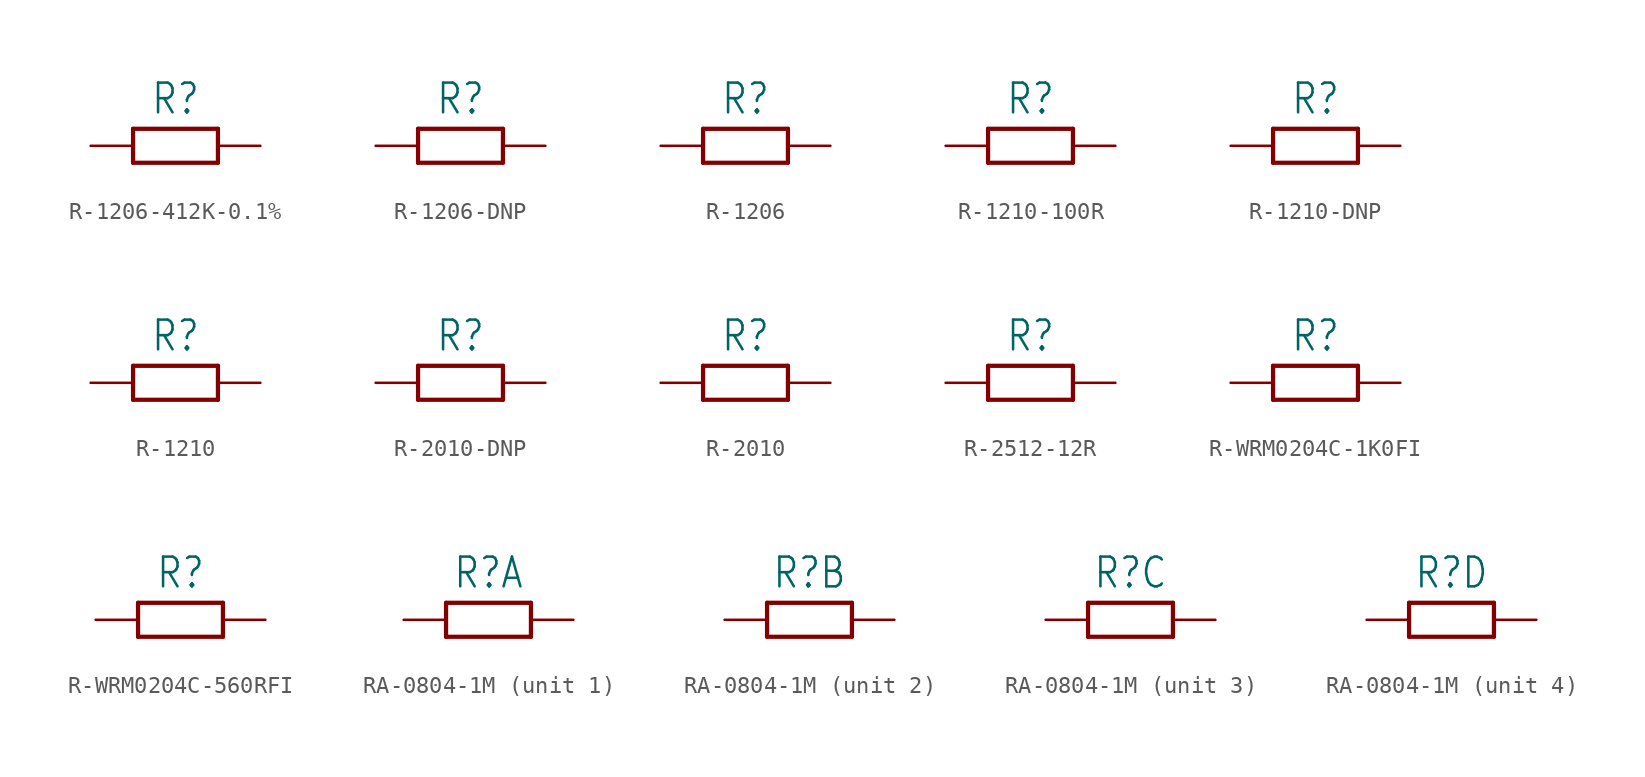
<source format=kicad_sym>
(kicad_symbol_lib
  (version 20231120)
  (generator "kicad_symbol_editor")
  (generator_version "8.0")
  (symbol "R-1206-412K-0.1%"
    (property "Reference" "R"
      (at 0 1.778 0)
      (effects (font (size 1.778 1.511)) (justify bottom)))
    (property "Value" ""
      (at 0 -1.778 0)
      (effects (font (size 1.778 1.511)) (justify top)))
    (property "ki_locked" ""
      (at 0 0 0)
      (effects (font (size 1.27 1.27))))
    (symbol "R-1206-412K-0.1%_1_0"
      (polyline (pts (xy -2.54 -1.016) (xy -2.54 1.016)) (stroke (width 0.254) (type solid)) (fill (type none)))
      (polyline (pts (xy -2.54 1.016) (xy 2.54 1.016)) (stroke (width 0.254) (type solid)) (fill (type none)))
      (polyline (pts (xy 2.54 -1.016) (xy -2.54 -1.016)) (stroke (width 0.254) (type solid)) (fill (type none)))
      (polyline (pts (xy 2.54 1.016) (xy 2.54 -1.016)) (stroke (width 0.254) (type solid)) (fill (type none)))
      (pin passive line (at -5.08 0 0) (length 2.54) (name "1" (effects (font (size 0 0)))) (number "1" (effects (font (size 0 0)))))
      (pin passive line (at 5.08 0 180) (length 2.54) (name "2" (effects (font (size 0 0)))) (number "2" (effects (font (size 0 0)))))))
  (symbol "R-1206-DNP"
    (property "Reference" "R"
      (at 0 1.778 0)
      (effects (font (size 1.778 1.511)) (justify bottom)))
    (property "Value" ""
      (at 0 -1.778 0)
      (effects (font (size 1.778 1.511)) (justify top)))
    (property "ki_locked" ""
      (at 0 0 0)
      (effects (font (size 1.27 1.27))))
    (symbol "R-1206-DNP_1_0"
      (polyline (pts (xy -2.54 -1.016) (xy -2.54 1.016)) (stroke (width 0.254) (type solid)) (fill (type none)))
      (polyline (pts (xy -2.54 1.016) (xy 2.54 1.016)) (stroke (width 0.254) (type solid)) (fill (type none)))
      (polyline (pts (xy 2.54 -1.016) (xy -2.54 -1.016)) (stroke (width 0.254) (type solid)) (fill (type none)))
      (polyline (pts (xy 2.54 1.016) (xy 2.54 -1.016)) (stroke (width 0.254) (type solid)) (fill (type none)))
      (pin passive line (at -5.08 0 0) (length 2.54) (name "1" (effects (font (size 0 0)))) (number "1" (effects (font (size 0 0)))))
      (pin passive line (at 5.08 0 180) (length 2.54) (name "2" (effects (font (size 0 0)))) (number "2" (effects (font (size 0 0)))))))
  (symbol "R-1206"
    (property "Reference" "R"
      (at 0 1.778 0)
      (effects (font (size 1.778 1.511)) (justify bottom)))
    (property "Value" ""
      (at 0 -1.778 0)
      (effects (font (size 1.778 1.511)) (justify top)))
    (property "ki_locked" ""
      (at 0 0 0)
      (effects (font (size 1.27 1.27))))
    (symbol "R-1206_1_0"
      (polyline (pts (xy -2.54 -1.016) (xy -2.54 1.016)) (stroke (width 0.254) (type solid)) (fill (type none)))
      (polyline (pts (xy -2.54 1.016) (xy 2.54 1.016)) (stroke (width 0.254) (type solid)) (fill (type none)))
      (polyline (pts (xy 2.54 -1.016) (xy -2.54 -1.016)) (stroke (width 0.254) (type solid)) (fill (type none)))
      (polyline (pts (xy 2.54 1.016) (xy 2.54 -1.016)) (stroke (width 0.254) (type solid)) (fill (type none)))
      (pin passive line (at -5.08 0 0) (length 2.54) (name "1" (effects (font (size 0 0)))) (number "1" (effects (font (size 0 0)))))
      (pin passive line (at 5.08 0 180) (length 2.54) (name "2" (effects (font (size 0 0)))) (number "2" (effects (font (size 0 0)))))))
  (symbol "R-1210-100R"
    (property "Reference" "R"
      (at 0 1.778 0)
      (effects (font (size 1.778 1.511)) (justify bottom)))
    (property "Value" ""
      (at 0 -1.778 0)
      (effects (font (size 1.778 1.511)) (justify top)))
    (property "ki_locked" ""
      (at 0 0 0)
      (effects (font (size 1.27 1.27))))
    (symbol "R-1210-100R_1_0"
      (polyline (pts (xy -2.54 -1.016) (xy -2.54 1.016)) (stroke (width 0.254) (type solid)) (fill (type none)))
      (polyline (pts (xy -2.54 1.016) (xy 2.54 1.016)) (stroke (width 0.254) (type solid)) (fill (type none)))
      (polyline (pts (xy 2.54 -1.016) (xy -2.54 -1.016)) (stroke (width 0.254) (type solid)) (fill (type none)))
      (polyline (pts (xy 2.54 1.016) (xy 2.54 -1.016)) (stroke (width 0.254) (type solid)) (fill (type none)))
      (pin passive line (at -5.08 0 0) (length 2.54) (name "1" (effects (font (size 0 0)))) (number "1" (effects (font (size 0 0)))))
      (pin passive line (at 5.08 0 180) (length 2.54) (name "2" (effects (font (size 0 0)))) (number "2" (effects (font (size 0 0)))))))
  (symbol "R-1210-DNP"
    (property "Reference" "R"
      (at 0 1.778 0)
      (effects (font (size 1.778 1.511)) (justify bottom)))
    (property "Value" ""
      (at 0 -1.778 0)
      (effects (font (size 1.778 1.511)) (justify top)))
    (property "ki_locked" ""
      (at 0 0 0)
      (effects (font (size 1.27 1.27))))
    (symbol "R-1210-DNP_1_0"
      (polyline (pts (xy -2.54 -1.016) (xy -2.54 1.016)) (stroke (width 0.254) (type solid)) (fill (type none)))
      (polyline (pts (xy -2.54 1.016) (xy 2.54 1.016)) (stroke (width 0.254) (type solid)) (fill (type none)))
      (polyline (pts (xy 2.54 -1.016) (xy -2.54 -1.016)) (stroke (width 0.254) (type solid)) (fill (type none)))
      (polyline (pts (xy 2.54 1.016) (xy 2.54 -1.016)) (stroke (width 0.254) (type solid)) (fill (type none)))
      (pin passive line (at -5.08 0 0) (length 2.54) (name "1" (effects (font (size 0 0)))) (number "1" (effects (font (size 0 0)))))
      (pin passive line (at 5.08 0 180) (length 2.54) (name "2" (effects (font (size 0 0)))) (number "2" (effects (font (size 0 0)))))))
  (symbol "R-1210"
    (property "Reference" "R"
      (at 0 1.778 0)
      (effects (font (size 1.778 1.511)) (justify bottom)))
    (property "Value" ""
      (at 0 -1.778 0)
      (effects (font (size 1.778 1.511)) (justify top)))
    (property "ki_locked" ""
      (at 0 0 0)
      (effects (font (size 1.27 1.27))))
    (symbol "R-1210_1_0"
      (polyline (pts (xy -2.54 -1.016) (xy -2.54 1.016)) (stroke (width 0.254) (type solid)) (fill (type none)))
      (polyline (pts (xy -2.54 1.016) (xy 2.54 1.016)) (stroke (width 0.254) (type solid)) (fill (type none)))
      (polyline (pts (xy 2.54 -1.016) (xy -2.54 -1.016)) (stroke (width 0.254) (type solid)) (fill (type none)))
      (polyline (pts (xy 2.54 1.016) (xy 2.54 -1.016)) (stroke (width 0.254) (type solid)) (fill (type none)))
      (pin passive line (at -5.08 0 0) (length 2.54) (name "1" (effects (font (size 0 0)))) (number "1" (effects (font (size 0 0)))))
      (pin passive line (at 5.08 0 180) (length 2.54) (name "2" (effects (font (size 0 0)))) (number "2" (effects (font (size 0 0)))))))
  (symbol "R-2010-DNP"
    (property "Reference" "R"
      (at 0 1.778 0)
      (effects (font (size 1.778 1.511)) (justify bottom)))
    (property "Value" ""
      (at 0 -1.778 0)
      (effects (font (size 1.778 1.511)) (justify top)))
    (property "ki_locked" ""
      (at 0 0 0)
      (effects (font (size 1.27 1.27))))
    (symbol "R-2010-DNP_1_0"
      (polyline (pts (xy -2.54 -1.016) (xy -2.54 1.016)) (stroke (width 0.254) (type solid)) (fill (type none)))
      (polyline (pts (xy -2.54 1.016) (xy 2.54 1.016)) (stroke (width 0.254) (type solid)) (fill (type none)))
      (polyline (pts (xy 2.54 -1.016) (xy -2.54 -1.016)) (stroke (width 0.254) (type solid)) (fill (type none)))
      (polyline (pts (xy 2.54 1.016) (xy 2.54 -1.016)) (stroke (width 0.254) (type solid)) (fill (type none)))
      (pin passive line (at -5.08 0 0) (length 2.54) (name "1" (effects (font (size 0 0)))) (number "1" (effects (font (size 0 0)))))
      (pin passive line (at 5.08 0 180) (length 2.54) (name "2" (effects (font (size 0 0)))) (number "2" (effects (font (size 0 0)))))))
  (symbol "R-2010"
    (property "Reference" "R"
      (at 0 1.778 0)
      (effects (font (size 1.778 1.511)) (justify bottom)))
    (property "Value" ""
      (at 0 -1.778 0)
      (effects (font (size 1.778 1.511)) (justify top)))
    (property "ki_locked" ""
      (at 0 0 0)
      (effects (font (size 1.27 1.27))))
    (symbol "R-2010_1_0"
      (polyline (pts (xy -2.54 -1.016) (xy -2.54 1.016)) (stroke (width 0.254) (type solid)) (fill (type none)))
      (polyline (pts (xy -2.54 1.016) (xy 2.54 1.016)) (stroke (width 0.254) (type solid)) (fill (type none)))
      (polyline (pts (xy 2.54 -1.016) (xy -2.54 -1.016)) (stroke (width 0.254) (type solid)) (fill (type none)))
      (polyline (pts (xy 2.54 1.016) (xy 2.54 -1.016)) (stroke (width 0.254) (type solid)) (fill (type none)))
      (pin passive line (at -5.08 0 0) (length 2.54) (name "1" (effects (font (size 0 0)))) (number "1" (effects (font (size 0 0)))))
      (pin passive line (at 5.08 0 180) (length 2.54) (name "2" (effects (font (size 0 0)))) (number "2" (effects (font (size 0 0)))))))
  (symbol "R-2512-12R"
    (property "Reference" "R"
      (at 0 1.778 0)
      (effects (font (size 1.778 1.511)) (justify bottom)))
    (property "Value" ""
      (at 0 -1.778 0)
      (effects (font (size 1.778 1.511)) (justify top)))
    (property "ki_locked" ""
      (at 0 0 0)
      (effects (font (size 1.27 1.27))))
    (symbol "R-2512-12R_1_0"
      (polyline (pts (xy -2.54 -1.016) (xy -2.54 1.016)) (stroke (width 0.254) (type solid)) (fill (type none)))
      (polyline (pts (xy -2.54 1.016) (xy 2.54 1.016)) (stroke (width 0.254) (type solid)) (fill (type none)))
      (polyline (pts (xy 2.54 -1.016) (xy -2.54 -1.016)) (stroke (width 0.254) (type solid)) (fill (type none)))
      (polyline (pts (xy 2.54 1.016) (xy 2.54 -1.016)) (stroke (width 0.254) (type solid)) (fill (type none)))
      (pin passive line (at -5.08 0 0) (length 2.54) (name "1" (effects (font (size 0 0)))) (number "1" (effects (font (size 0 0)))))
      (pin passive line (at 5.08 0 180) (length 2.54) (name "2" (effects (font (size 0 0)))) (number "2" (effects (font (size 0 0)))))))
  (symbol "R-WRM0204C-1K0FI"
    (property "Reference" "R"
      (at 0 1.778 0)
      (effects (font (size 1.778 1.511)) (justify bottom)))
    (property "Value" ""
      (at 0 -1.778 0)
      (effects (font (size 1.778 1.511)) (justify top)))
    (property "ki_locked" ""
      (at 0 0 0)
      (effects (font (size 1.27 1.27))))
    (symbol "R-WRM0204C-1K0FI_1_0"
      (polyline (pts (xy -2.54 -1.016) (xy -2.54 1.016)) (stroke (width 0.254) (type solid)) (fill (type none)))
      (polyline (pts (xy -2.54 1.016) (xy 2.54 1.016)) (stroke (width 0.254) (type solid)) (fill (type none)))
      (polyline (pts (xy 2.54 -1.016) (xy -2.54 -1.016)) (stroke (width 0.254) (type solid)) (fill (type none)))
      (polyline (pts (xy 2.54 1.016) (xy 2.54 -1.016)) (stroke (width 0.254) (type solid)) (fill (type none)))
      (pin passive line (at -5.08 0 0) (length 2.54) (name "1" (effects (font (size 0 0)))) (number "1" (effects (font (size 0 0)))))
      (pin passive line (at 5.08 0 180) (length 2.54) (name "2" (effects (font (size 0 0)))) (number "2" (effects (font (size 0 0)))))))
  (symbol "R-WRM0204C-560RFI"
    (property "Reference" "R"
      (at 0 1.778 0)
      (effects (font (size 1.778 1.511)) (justify bottom)))
    (property "Value" ""
      (at 0 -1.778 0)
      (effects (font (size 1.778 1.511)) (justify top)))
    (property "ki_locked" ""
      (at 0 0 0)
      (effects (font (size 1.27 1.27))))
    (symbol "R-WRM0204C-560RFI_1_0"
      (polyline (pts (xy -2.54 -1.016) (xy -2.54 1.016)) (stroke (width 0.254) (type solid)) (fill (type none)))
      (polyline (pts (xy -2.54 1.016) (xy 2.54 1.016)) (stroke (width 0.254) (type solid)) (fill (type none)))
      (polyline (pts (xy 2.54 -1.016) (xy -2.54 -1.016)) (stroke (width 0.254) (type solid)) (fill (type none)))
      (polyline (pts (xy 2.54 1.016) (xy 2.54 -1.016)) (stroke (width 0.254) (type solid)) (fill (type none)))
      (pin passive line (at -5.08 0 0) (length 2.54) (name "1" (effects (font (size 0 0)))) (number "1" (effects (font (size 0 0)))))
      (pin passive line (at 5.08 0 180) (length 2.54) (name "2" (effects (font (size 0 0)))) (number "2" (effects (font (size 0 0)))))))
  (symbol "RA-0804-1M"
    (property "Reference" "R"
      (at 0 1.778 0)
      (effects (font (size 1.778 1.511)) (justify bottom)))
    (property "Value" ""
      (at 0 -1.778 0)
      (effects (font (size 1.778 1.511)) (justify top)))
    (property "ki_locked" ""
      (at 0 0 0)
      (effects (font (size 1.27 1.27))))
    (symbol "RA-0804-1M_1_0"
      (polyline (pts (xy -2.54 -1.016) (xy -2.54 1.016)) (stroke (width 0.254) (type solid)) (fill (type none)))
      (polyline (pts (xy -2.54 1.016) (xy 2.54 1.016)) (stroke (width 0.254) (type solid)) (fill (type none)))
      (polyline (pts (xy 2.54 -1.016) (xy -2.54 -1.016)) (stroke (width 0.254) (type solid)) (fill (type none)))
      (polyline (pts (xy 2.54 1.016) (xy 2.54 -1.016)) (stroke (width 0.254) (type solid)) (fill (type none)))
      (pin passive line (at -5.08 0 0) (length 2.54) (name "1" (effects (font (size 0 0)))) (number "1" (effects (font (size 0 0)))))
      (pin passive line (at 5.08 0 180) (length 2.54) (name "2" (effects (font (size 0 0)))) (number "8" (effects (font (size 0 0))))))
    (symbol "RA-0804-1M_2_0"
      (polyline (pts (xy -2.54 -1.016) (xy -2.54 1.016)) (stroke (width 0.254) (type solid)) (fill (type none)))
      (polyline (pts (xy -2.54 1.016) (xy 2.54 1.016)) (stroke (width 0.254) (type solid)) (fill (type none)))
      (polyline (pts (xy 2.54 -1.016) (xy -2.54 -1.016)) (stroke (width 0.254) (type solid)) (fill (type none)))
      (polyline (pts (xy 2.54 1.016) (xy 2.54 -1.016)) (stroke (width 0.254) (type solid)) (fill (type none)))
      (pin passive line (at -5.08 0 0) (length 2.54) (name "1" (effects (font (size 0 0)))) (number "2" (effects (font (size 0 0)))))
      (pin passive line (at 5.08 0 180) (length 2.54) (name "2" (effects (font (size 0 0)))) (number "7" (effects (font (size 0 0))))))
    (symbol "RA-0804-1M_3_0"
      (polyline (pts (xy -2.54 -1.016) (xy -2.54 1.016)) (stroke (width 0.254) (type solid)) (fill (type none)))
      (polyline (pts (xy -2.54 1.016) (xy 2.54 1.016)) (stroke (width 0.254) (type solid)) (fill (type none)))
      (polyline (pts (xy 2.54 -1.016) (xy -2.54 -1.016)) (stroke (width 0.254) (type solid)) (fill (type none)))
      (polyline (pts (xy 2.54 1.016) (xy 2.54 -1.016)) (stroke (width 0.254) (type solid)) (fill (type none)))
      (pin passive line (at -5.08 0 0) (length 2.54) (name "1" (effects (font (size 0 0)))) (number "3" (effects (font (size 0 0)))))
      (pin passive line (at 5.08 0 180) (length 2.54) (name "2" (effects (font (size 0 0)))) (number "6" (effects (font (size 0 0))))))
    (symbol "RA-0804-1M_4_0"
      (polyline (pts (xy -2.54 -1.016) (xy -2.54 1.016)) (stroke (width 0.254) (type solid)) (fill (type none)))
      (polyline (pts (xy -2.54 1.016) (xy 2.54 1.016)) (stroke (width 0.254) (type solid)) (fill (type none)))
      (polyline (pts (xy 2.54 -1.016) (xy -2.54 -1.016)) (stroke (width 0.254) (type solid)) (fill (type none)))
      (polyline (pts (xy 2.54 1.016) (xy 2.54 -1.016)) (stroke (width 0.254) (type solid)) (fill (type none)))
      (pin passive line (at -5.08 0 0) (length 2.54) (name "1" (effects (font (size 0 0)))) (number "4" (effects (font (size 0 0)))))
      (pin passive line (at 5.08 0 180) (length 2.54) (name "2" (effects (font (size 0 0)))) (number "5" (effects (font (size 0 0))))))))
</source>
